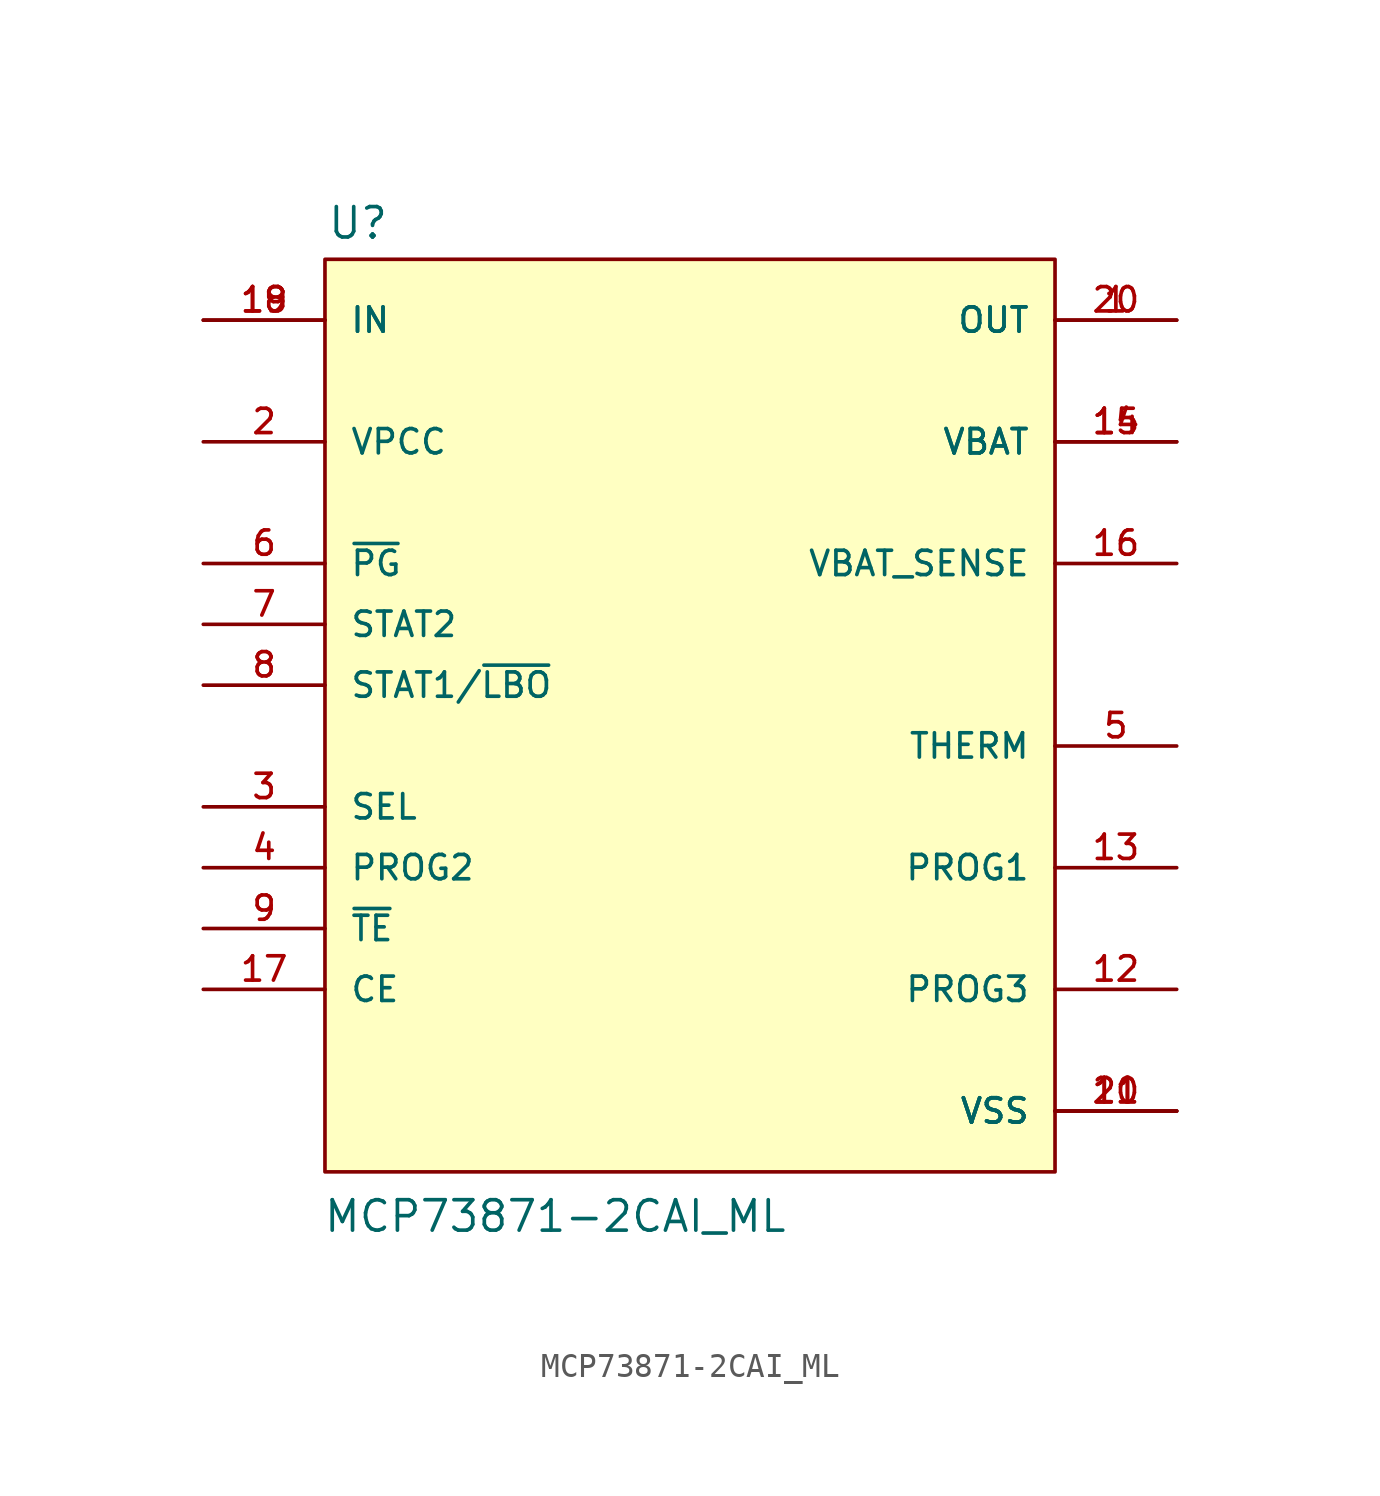
<source format=kicad_sym>
(kicad_symbol_lib
  (version 20211014)
  (generator kicad_symbol_editor)
  (symbol "MCP73871-2CAI_ML"
    (pin_names
      (offset 1.016))
    (property "Reference" "U"
      (at -15.168 18.548 0.0)
      (effects (font (size 1.27 1.27)) (justify bottom left)))
    (property "Value" "MCP73871-2CAI_ML"
      (at -15.339 -22.916 0.0)
      (effects (font (size 1.27 1.27)) (justify bottom left)))
    (symbol "MCP73871-2CAI_ML_0_0"
      (rectangle (start -15.24 -20.32) (end 15.24 17.78) (stroke (width 0.152)) (fill (type background)))
      (pin output line (at 20.32 15.24 180.0) (length 5.08) (name "OUT" (effects (font (size 1.016 1.016)))) (number "1" (effects (font (size 1.016 1.016)))))
      (pin output line (at 20.32 15.24 180.0) (length 5.08) (name "OUT" (effects (font (size 1.016 1.016)))) (number "20" (effects (font (size 1.016 1.016)))))
      (pin input line (at -20.32 10.16 0) (length 5.08) (name "VPCC" (effects (font (size 1.016 1.016)))) (number "2" (effects (font (size 1.016 1.016)))))
      (pin input line (at -20.32 -5.08 0) (length 5.08) (name "SEL" (effects (font (size 1.016 1.016)))) (number "3" (effects (font (size 1.016 1.016)))))
      (pin input line (at -20.32 -7.62 0) (length 5.08) (name "PROG2" (effects (font (size 1.016 1.016)))) (number "4" (effects (font (size 1.016 1.016)))))
      (pin bidirectional line (at 20.32 -2.54 180.0) (length 5.08) (name "THERM" (effects (font (size 1.016 1.016)))) (number "5" (effects (font (size 1.016 1.016)))))
      (pin output line (at -20.32 5.08 0) (length 5.08) (name "~{PG}" (effects (font (size 1.016 1.016)))) (number "6" (effects (font (size 1.016 1.016)))))
      (pin output line (at -20.32 2.54 0) (length 5.08) (name "STAT2" (effects (font (size 1.016 1.016)))) (number "7" (effects (font (size 1.016 1.016)))))
      (pin output line (at -20.32 0.0 0) (length 5.08) (name "STAT1/~{LBO}" (effects (font (size 1.016 1.016)))) (number "8" (effects (font (size 1.016 1.016)))))
      (pin input line (at -20.32 -10.16 0) (length 5.08) (name "~{TE}" (effects (font (size 1.016 1.016)))) (number "9" (effects (font (size 1.016 1.016)))))
      (pin power_in line (at 20.32 -17.78 180.0) (length 5.08) (name "VSS" (effects (font (size 1.016 1.016)))) (number "10" (effects (font (size 1.016 1.016)))))
      (pin power_in line (at 20.32 -17.78 180.0) (length 5.08) (name "VSS" (effects (font (size 1.016 1.016)))) (number "11" (effects (font (size 1.016 1.016)))))
      (pin power_in line (at 20.32 -17.78 180.0) (length 5.08) (name "VSS" (effects (font (size 1.016 1.016)))) (number "21" (effects (font (size 1.016 1.016)))))
      (pin bidirectional line (at 20.32 -12.7 180.0) (length 5.08) (name "PROG3" (effects (font (size 1.016 1.016)))) (number "12" (effects (font (size 1.016 1.016)))))
      (pin bidirectional line (at 20.32 -7.62 180.0) (length 5.08) (name "PROG1" (effects (font (size 1.016 1.016)))) (number "13" (effects (font (size 1.016 1.016)))))
      (pin bidirectional line (at 20.32 10.16 180.0) (length 5.08) (name "VBAT" (effects (font (size 1.016 1.016)))) (number "14" (effects (font (size 1.016 1.016)))))
      (pin bidirectional line (at 20.32 10.16 180.0) (length 5.08) (name "VBAT" (effects (font (size 1.016 1.016)))) (number "15" (effects (font (size 1.016 1.016)))))
      (pin bidirectional line (at 20.32 5.08 180.0) (length 5.08) (name "VBAT_SENSE" (effects (font (size 1.016 1.016)))) (number "16" (effects (font (size 1.016 1.016)))))
      (pin input line (at -20.32 -12.7 0) (length 5.08) (name "CE" (effects (font (size 1.016 1.016)))) (number "17" (effects (font (size 1.016 1.016)))))
      (pin input line (at -20.32 15.24 0) (length 5.08) (name "IN" (effects (font (size 1.016 1.016)))) (number "18" (effects (font (size 1.016 1.016)))))
      (pin input line (at -20.32 15.24 0) (length 5.08) (name "IN" (effects (font (size 1.016 1.016)))) (number "19" (effects (font (size 1.016 1.016))))))))
</source>
